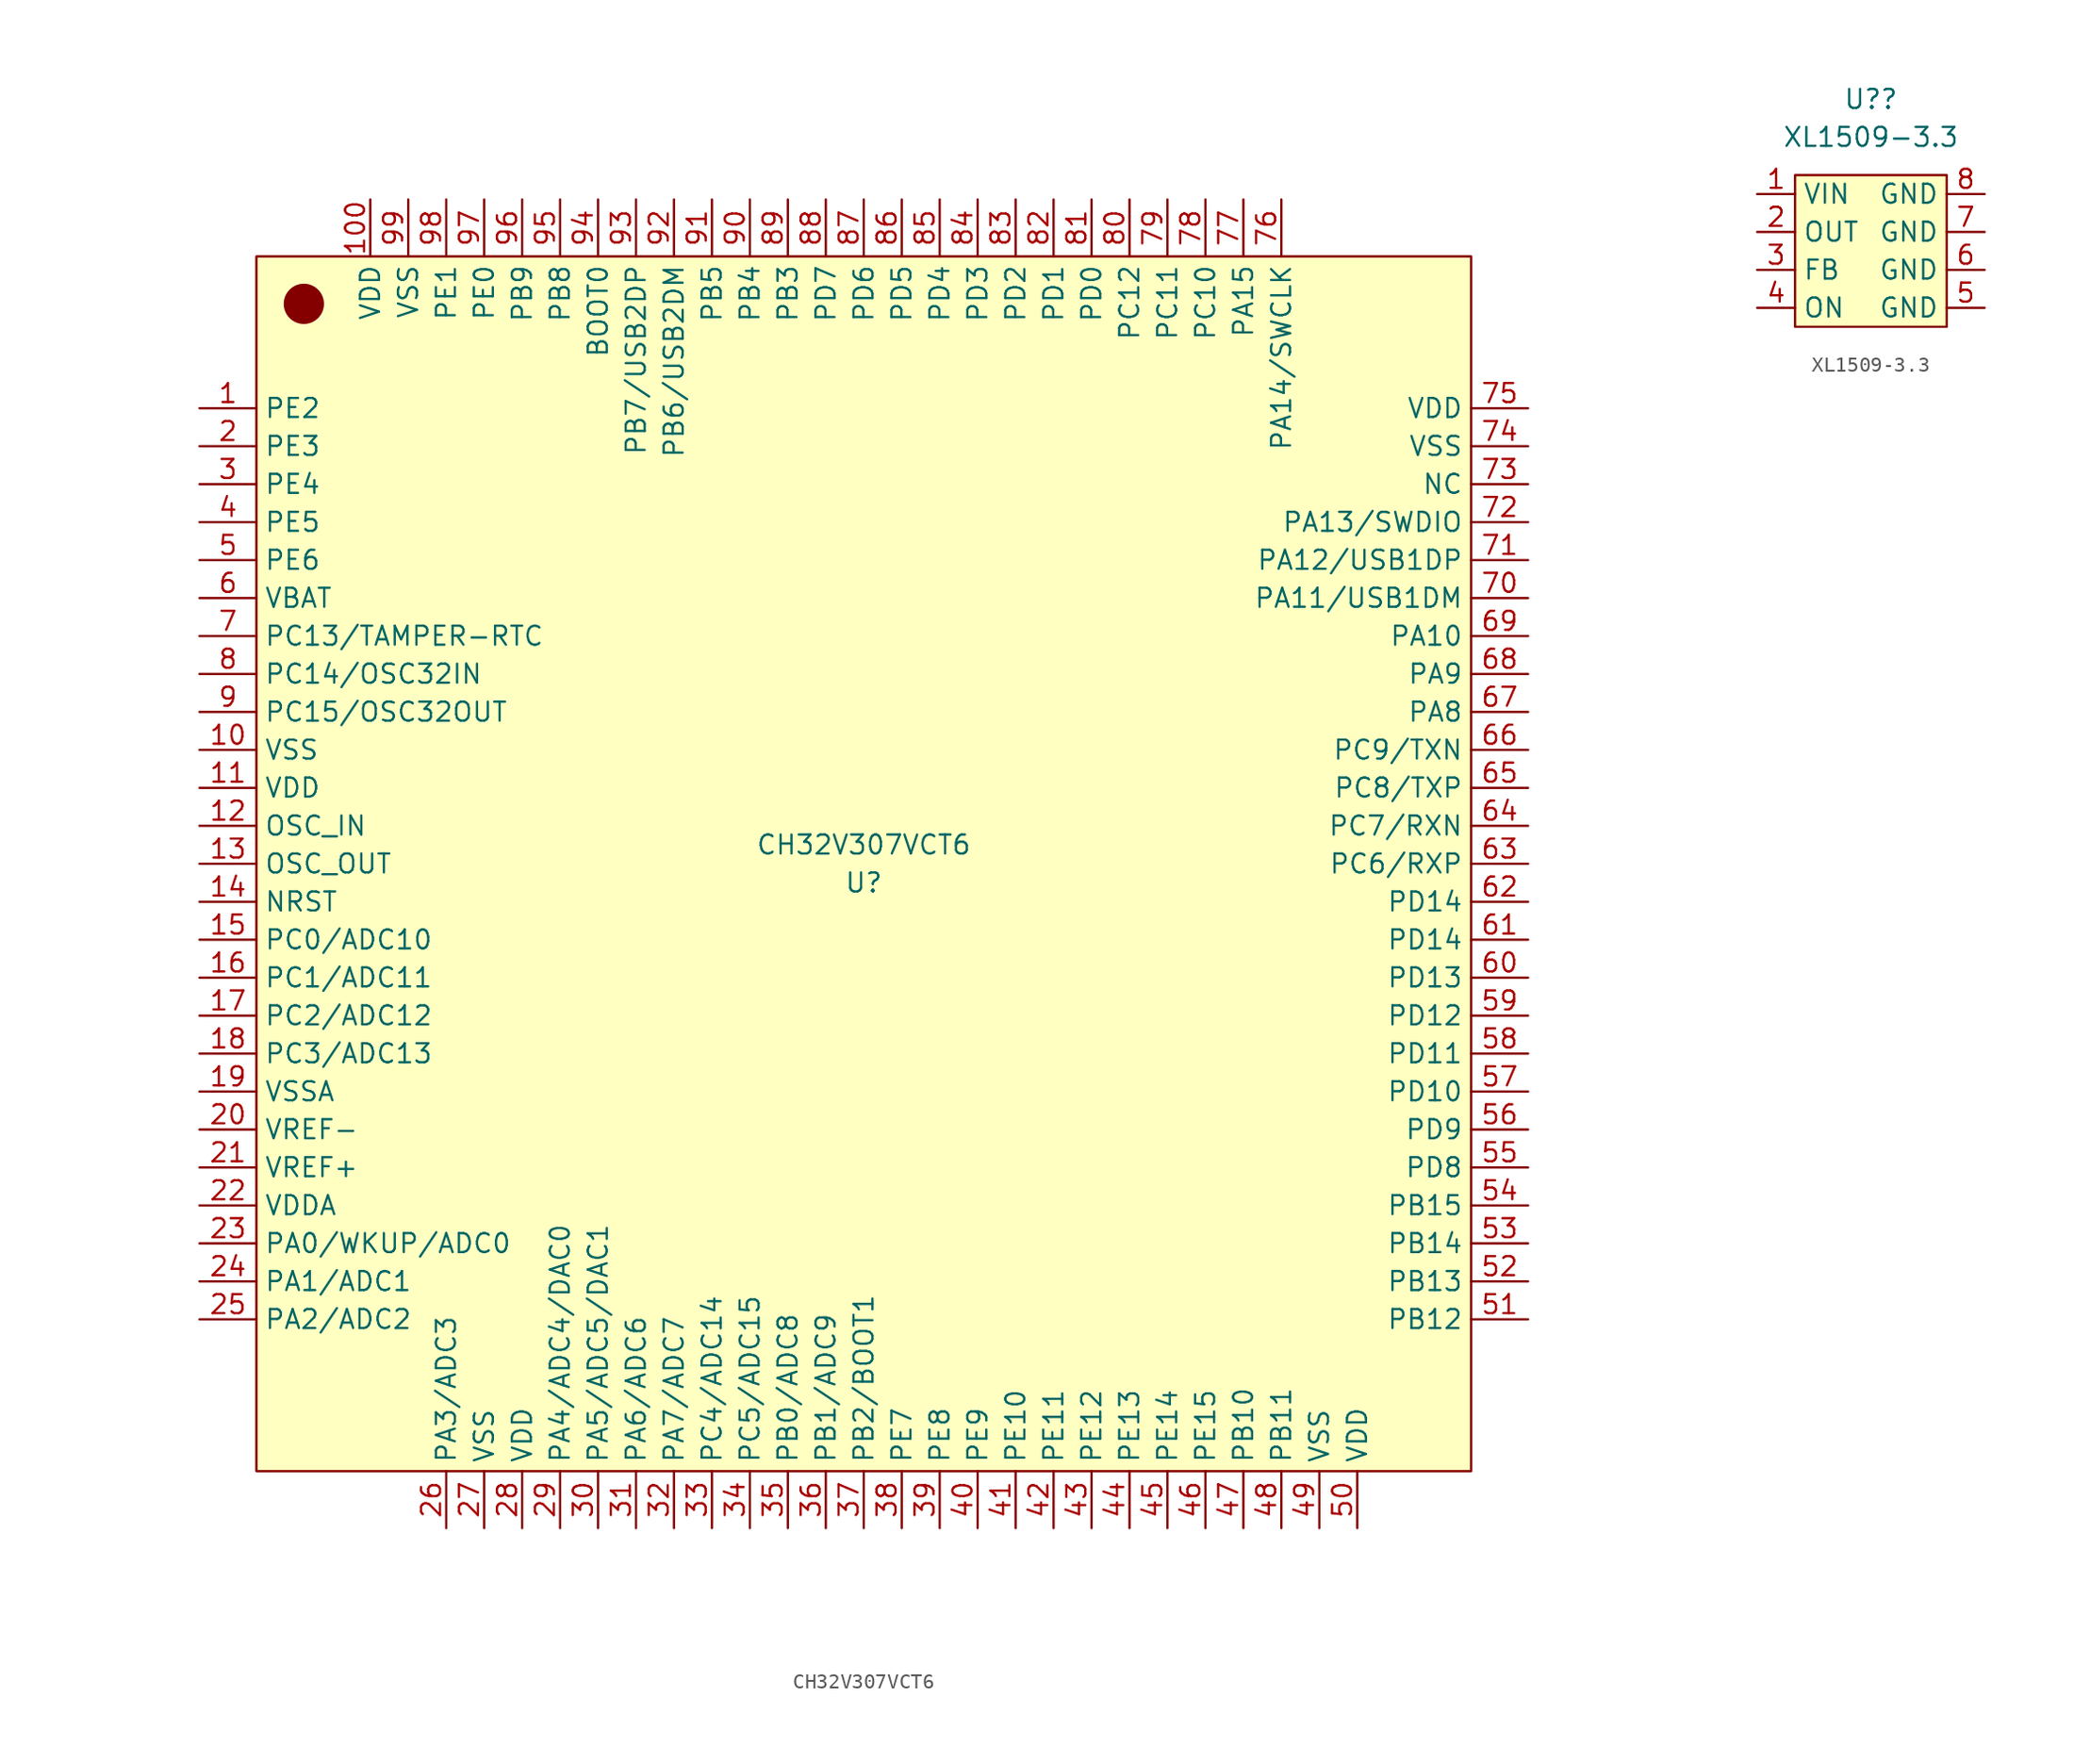
<source format=kicad_sym>
(kicad_symbol_lib
  (version 20211014)
  (generator kicad_symbol_editor)
  (symbol "CH32V307VCT6"
    (property "Reference" "U"
      (at 0 -1.27 0)
      (effects (font (size 1.27 1.27))))
    (property "Value" "CH32V307VCT6"
      (at 0 1.27 0)
      (effects (font (size 1.27 1.27))))
    (symbol "CH32V307VCT6_0_1"
      (rectangle (start -40.64 40.64) (end 40.64 -40.64) (stroke (width 0) (type default) (color 0 0 0 0)) (fill (type background)))
      (circle (center -37.465 37.465) (radius 1.27) (stroke (width 0) (type default) (color 0 0 0 0)) (fill (type outline))))
    (symbol "CH32V307VCT6_1_1"
      (pin bidirectional line (at -44.45 30.48 0) (length 3.81) (name "PE2" (effects (font (size 1.27 1.27)))) (number "1" (effects (font (size 1.27 1.27)))))
      (pin power_in line (at -44.45 7.62 0) (length 3.81) (name "VSS" (effects (font (size 1.27 1.27)))) (number "10" (effects (font (size 1.27 1.27)))))
      (pin power_in line (at -33.02 44.45 270) (length 3.81) (name "VDD" (effects (font (size 1.27 1.27)))) (number "100" (effects (font (size 1.27 1.27)))))
      (pin power_in line (at -44.45 5.08 0) (length 3.81) (name "VDD" (effects (font (size 1.27 1.27)))) (number "11" (effects (font (size 1.27 1.27)))))
      (pin bidirectional line (at -44.45 2.54 0) (length 3.81) (name "OSC_IN" (effects (font (size 1.27 1.27)))) (number "12" (effects (font (size 1.27 1.27)))))
      (pin bidirectional line (at -44.45 0 0) (length 3.81) (name "OSC_OUT" (effects (font (size 1.27 1.27)))) (number "13" (effects (font (size 1.27 1.27)))))
      (pin bidirectional line (at -44.45 -2.54 0) (length 3.81) (name "NRST" (effects (font (size 1.27 1.27)))) (number "14" (effects (font (size 1.27 1.27)))))
      (pin bidirectional line (at -44.45 -5.08 0) (length 3.81) (name "PC0/ADC10" (effects (font (size 1.27 1.27)))) (number "15" (effects (font (size 1.27 1.27)))))
      (pin bidirectional line (at -44.45 -7.62 0) (length 3.81) (name "PC1/ADC11" (effects (font (size 1.27 1.27)))) (number "16" (effects (font (size 1.27 1.27)))))
      (pin bidirectional line (at -44.45 -10.16 0) (length 3.81) (name "PC2/ADC12" (effects (font (size 1.27 1.27)))) (number "17" (effects (font (size 1.27 1.27)))))
      (pin bidirectional line (at -44.45 -12.7 0) (length 3.81) (name "PC3/ADC13" (effects (font (size 1.27 1.27)))) (number "18" (effects (font (size 1.27 1.27)))))
      (pin power_in line (at -44.45 -15.24 0) (length 3.81) (name "VSSA" (effects (font (size 1.27 1.27)))) (number "19" (effects (font (size 1.27 1.27)))))
      (pin bidirectional line (at -44.45 27.94 0) (length 3.81) (name "PE3" (effects (font (size 1.27 1.27)))) (number "2" (effects (font (size 1.27 1.27)))))
      (pin power_in line (at -44.45 -17.78 0) (length 3.81) (name "VREF-" (effects (font (size 1.27 1.27)))) (number "20" (effects (font (size 1.27 1.27)))))
      (pin power_in line (at -44.45 -20.32 0) (length 3.81) (name "VREF+" (effects (font (size 1.27 1.27)))) (number "21" (effects (font (size 1.27 1.27)))))
      (pin power_in line (at -44.45 -22.86 0) (length 3.81) (name "VDDA" (effects (font (size 1.27 1.27)))) (number "22" (effects (font (size 1.27 1.27)))))
      (pin bidirectional line (at -44.45 -25.4 0) (length 3.81) (name "PA0/WKUP/ADC0" (effects (font (size 1.27 1.27)))) (number "23" (effects (font (size 1.27 1.27)))))
      (pin bidirectional line (at -44.45 -27.94 0) (length 3.81) (name "PA1/ADC1" (effects (font (size 1.27 1.27)))) (number "24" (effects (font (size 1.27 1.27)))))
      (pin bidirectional line (at -44.45 -30.48 0) (length 3.81) (name "PA2/ADC2" (effects (font (size 1.27 1.27)))) (number "25" (effects (font (size 1.27 1.27)))))
      (pin bidirectional line (at -27.94 -44.45 90) (length 3.81) (name "PA3/ADC3" (effects (font (size 1.27 1.27)))) (number "26" (effects (font (size 1.27 1.27)))))
      (pin power_in line (at -25.4 -44.45 90) (length 3.81) (name "VSS" (effects (font (size 1.27 1.27)))) (number "27" (effects (font (size 1.27 1.27)))))
      (pin power_in line (at -22.86 -44.45 90) (length 3.81) (name "VDD" (effects (font (size 1.27 1.27)))) (number "28" (effects (font (size 1.27 1.27)))))
      (pin bidirectional line (at -20.32 -44.45 90) (length 3.81) (name "PA4/ADC4/DAC0" (effects (font (size 1.27 1.27)))) (number "29" (effects (font (size 1.27 1.27)))))
      (pin bidirectional line (at -44.45 25.4 0) (length 3.81) (name "PE4" (effects (font (size 1.27 1.27)))) (number "3" (effects (font (size 1.27 1.27)))))
      (pin bidirectional line (at -17.78 -44.45 90) (length 3.81) (name "PA5/ADC5/DAC1" (effects (font (size 1.27 1.27)))) (number "30" (effects (font (size 1.27 1.27)))))
      (pin bidirectional line (at -15.24 -44.45 90) (length 3.81) (name "PA6/ADC6" (effects (font (size 1.27 1.27)))) (number "31" (effects (font (size 1.27 1.27)))))
      (pin bidirectional line (at -12.7 -44.45 90) (length 3.81) (name "PA7/ADC7" (effects (font (size 1.27 1.27)))) (number "32" (effects (font (size 1.27 1.27)))))
      (pin bidirectional line (at -10.16 -44.45 90) (length 3.81) (name "PC4/ADC14" (effects (font (size 1.27 1.27)))) (number "33" (effects (font (size 1.27 1.27)))))
      (pin bidirectional line (at -7.62 -44.45 90) (length 3.81) (name "PC5/ADC15" (effects (font (size 1.27 1.27)))) (number "34" (effects (font (size 1.27 1.27)))))
      (pin bidirectional line (at -5.08 -44.45 90) (length 3.81) (name "PB0/ADC8" (effects (font (size 1.27 1.27)))) (number "35" (effects (font (size 1.27 1.27)))))
      (pin bidirectional line (at -2.54 -44.45 90) (length 3.81) (name "PB1/ADC9" (effects (font (size 1.27 1.27)))) (number "36" (effects (font (size 1.27 1.27)))))
      (pin bidirectional line (at 0 -44.45 90) (length 3.81) (name "PB2/BOOT1" (effects (font (size 1.27 1.27)))) (number "37" (effects (font (size 1.27 1.27)))))
      (pin bidirectional line (at 2.54 -44.45 90) (length 3.81) (name "PE7" (effects (font (size 1.27 1.27)))) (number "38" (effects (font (size 1.27 1.27)))))
      (pin bidirectional line (at 5.08 -44.45 90) (length 3.81) (name "PE8" (effects (font (size 1.27 1.27)))) (number "39" (effects (font (size 1.27 1.27)))))
      (pin bidirectional line (at -44.45 22.86 0) (length 3.81) (name "PE5" (effects (font (size 1.27 1.27)))) (number "4" (effects (font (size 1.27 1.27)))))
      (pin bidirectional line (at 7.62 -44.45 90) (length 3.81) (name "PE9" (effects (font (size 1.27 1.27)))) (number "40" (effects (font (size 1.27 1.27)))))
      (pin bidirectional line (at 10.16 -44.45 90) (length 3.81) (name "PE10" (effects (font (size 1.27 1.27)))) (number "41" (effects (font (size 1.27 1.27)))))
      (pin bidirectional line (at 12.7 -44.45 90) (length 3.81) (name "PE11" (effects (font (size 1.27 1.27)))) (number "42" (effects (font (size 1.27 1.27)))))
      (pin bidirectional line (at 15.24 -44.45 90) (length 3.81) (name "PE12" (effects (font (size 1.27 1.27)))) (number "43" (effects (font (size 1.27 1.27)))))
      (pin bidirectional line (at 17.78 -44.45 90) (length 3.81) (name "PE13" (effects (font (size 1.27 1.27)))) (number "44" (effects (font (size 1.27 1.27)))))
      (pin bidirectional line (at 20.32 -44.45 90) (length 3.81) (name "PE14" (effects (font (size 1.27 1.27)))) (number "45" (effects (font (size 1.27 1.27)))))
      (pin bidirectional line (at 22.86 -44.45 90) (length 3.81) (name "PE15" (effects (font (size 1.27 1.27)))) (number "46" (effects (font (size 1.27 1.27)))))
      (pin bidirectional line (at 25.4 -44.45 90) (length 3.81) (name "PB10" (effects (font (size 1.27 1.27)))) (number "47" (effects (font (size 1.27 1.27)))))
      (pin bidirectional line (at 27.94 -44.45 90) (length 3.81) (name "PB11" (effects (font (size 1.27 1.27)))) (number "48" (effects (font (size 1.27 1.27)))))
      (pin power_in line (at 30.48 -44.45 90) (length 3.81) (name "VSS" (effects (font (size 1.27 1.27)))) (number "49" (effects (font (size 1.27 1.27)))))
      (pin bidirectional line (at -44.45 20.32 0) (length 3.81) (name "PE6" (effects (font (size 1.27 1.27)))) (number "5" (effects (font (size 1.27 1.27)))))
      (pin power_in line (at 33.02 -44.45 90) (length 3.81) (name "VDD" (effects (font (size 1.27 1.27)))) (number "50" (effects (font (size 1.27 1.27)))))
      (pin bidirectional line (at 44.45 -30.48 180) (length 3.81) (name "PB12" (effects (font (size 1.27 1.27)))) (number "51" (effects (font (size 1.27 1.27)))))
      (pin bidirectional line (at 44.45 -27.94 180) (length 3.81) (name "PB13" (effects (font (size 1.27 1.27)))) (number "52" (effects (font (size 1.27 1.27)))))
      (pin bidirectional line (at 44.45 -25.4 180) (length 3.81) (name "PB14" (effects (font (size 1.27 1.27)))) (number "53" (effects (font (size 1.27 1.27)))))
      (pin bidirectional line (at 44.45 -22.86 180) (length 3.81) (name "PB15" (effects (font (size 1.27 1.27)))) (number "54" (effects (font (size 1.27 1.27)))))
      (pin bidirectional line (at 44.45 -20.32 180) (length 3.81) (name "PD8" (effects (font (size 1.27 1.27)))) (number "55" (effects (font (size 1.27 1.27)))))
      (pin bidirectional line (at 44.45 -17.78 180) (length 3.81) (name "PD9" (effects (font (size 1.27 1.27)))) (number "56" (effects (font (size 1.27 1.27)))))
      (pin bidirectional line (at 44.45 -15.24 180) (length 3.81) (name "PD10" (effects (font (size 1.27 1.27)))) (number "57" (effects (font (size 1.27 1.27)))))
      (pin bidirectional line (at 44.45 -12.7 180) (length 3.81) (name "PD11" (effects (font (size 1.27 1.27)))) (number "58" (effects (font (size 1.27 1.27)))))
      (pin bidirectional line (at 44.45 -10.16 180) (length 3.81) (name "PD12" (effects (font (size 1.27 1.27)))) (number "59" (effects (font (size 1.27 1.27)))))
      (pin power_in line (at -44.45 17.78 0) (length 3.81) (name "VBAT" (effects (font (size 1.27 1.27)))) (number "6" (effects (font (size 1.27 1.27)))))
      (pin bidirectional line (at 44.45 -7.62 180) (length 3.81) (name "PD13" (effects (font (size 1.27 1.27)))) (number "60" (effects (font (size 1.27 1.27)))))
      (pin bidirectional line (at 44.45 -5.08 180) (length 3.81) (name "PD14" (effects (font (size 1.27 1.27)))) (number "61" (effects (font (size 1.27 1.27)))))
      (pin bidirectional line (at 44.45 -2.54 180) (length 3.81) (name "PD14" (effects (font (size 1.27 1.27)))) (number "62" (effects (font (size 1.27 1.27)))))
      (pin bidirectional line (at 44.45 0 180) (length 3.81) (name "PC6/RXP" (effects (font (size 1.27 1.27)))) (number "63" (effects (font (size 1.27 1.27)))))
      (pin bidirectional line (at 44.45 2.54 180) (length 3.81) (name "PC7/RXN" (effects (font (size 1.27 1.27)))) (number "64" (effects (font (size 1.27 1.27)))))
      (pin bidirectional line (at 44.45 5.08 180) (length 3.81) (name "PC8/TXP" (effects (font (size 1.27 1.27)))) (number "65" (effects (font (size 1.27 1.27)))))
      (pin bidirectional line (at 44.45 7.62 180) (length 3.81) (name "PC9/TXN" (effects (font (size 1.27 1.27)))) (number "66" (effects (font (size 1.27 1.27)))))
      (pin bidirectional line (at 44.45 10.16 180) (length 3.81) (name "PA8" (effects (font (size 1.27 1.27)))) (number "67" (effects (font (size 1.27 1.27)))))
      (pin bidirectional line (at 44.45 12.7 180) (length 3.81) (name "PA9" (effects (font (size 1.27 1.27)))) (number "68" (effects (font (size 1.27 1.27)))))
      (pin bidirectional line (at 44.45 15.24 180) (length 3.81) (name "PA10" (effects (font (size 1.27 1.27)))) (number "69" (effects (font (size 1.27 1.27)))))
      (pin bidirectional line (at -44.45 15.24 0) (length 3.81) (name "PC13/TAMPER-RTC" (effects (font (size 1.27 1.27)))) (number "7" (effects (font (size 1.27 1.27)))))
      (pin bidirectional line (at 44.45 17.78 180) (length 3.81) (name "PA11/USB1DM" (effects (font (size 1.27 1.27)))) (number "70" (effects (font (size 1.27 1.27)))))
      (pin bidirectional line (at 44.45 20.32 180) (length 3.81) (name "PA12/USB1DP" (effects (font (size 1.27 1.27)))) (number "71" (effects (font (size 1.27 1.27)))))
      (pin bidirectional line (at 44.45 22.86 180) (length 3.81) (name "PA13/SWDIO" (effects (font (size 1.27 1.27)))) (number "72" (effects (font (size 1.27 1.27)))))
      (pin passive line (at 44.45 25.4 180) (length 3.81) (name "NC" (effects (font (size 1.27 1.27)))) (number "73" (effects (font (size 1.27 1.27)))))
      (pin power_in line (at 44.45 27.94 180) (length 3.81) (name "VSS" (effects (font (size 1.27 1.27)))) (number "74" (effects (font (size 1.27 1.27)))))
      (pin power_in line (at 44.45 30.48 180) (length 3.81) (name "VDD" (effects (font (size 1.27 1.27)))) (number "75" (effects (font (size 1.27 1.27)))))
      (pin bidirectional line (at 27.94 44.45 270) (length 3.81) (name "PA14/SWCLK" (effects (font (size 1.27 1.27)))) (number "76" (effects (font (size 1.27 1.27)))))
      (pin bidirectional line (at 25.4 44.45 270) (length 3.81) (name "PA15" (effects (font (size 1.27 1.27)))) (number "77" (effects (font (size 1.27 1.27)))))
      (pin bidirectional line (at 22.86 44.45 270) (length 3.81) (name "PC10" (effects (font (size 1.27 1.27)))) (number "78" (effects (font (size 1.27 1.27)))))
      (pin bidirectional line (at 20.32 44.45 270) (length 3.81) (name "PC11" (effects (font (size 1.27 1.27)))) (number "79" (effects (font (size 1.27 1.27)))))
      (pin bidirectional line (at -44.45 12.7 0) (length 3.81) (name "PC14/OSC32IN" (effects (font (size 1.27 1.27)))) (number "8" (effects (font (size 1.27 1.27)))))
      (pin bidirectional line (at 17.78 44.45 270) (length 3.81) (name "PC12" (effects (font (size 1.27 1.27)))) (number "80" (effects (font (size 1.27 1.27)))))
      (pin bidirectional line (at 15.24 44.45 270) (length 3.81) (name "PD0" (effects (font (size 1.27 1.27)))) (number "81" (effects (font (size 1.27 1.27)))))
      (pin bidirectional line (at 12.7 44.45 270) (length 3.81) (name "PD1" (effects (font (size 1.27 1.27)))) (number "82" (effects (font (size 1.27 1.27)))))
      (pin bidirectional line (at 10.16 44.45 270) (length 3.81) (name "PD2" (effects (font (size 1.27 1.27)))) (number "83" (effects (font (size 1.27 1.27)))))
      (pin bidirectional line (at 7.62 44.45 270) (length 3.81) (name "PD3" (effects (font (size 1.27 1.27)))) (number "84" (effects (font (size 1.27 1.27)))))
      (pin bidirectional line (at 5.08 44.45 270) (length 3.81) (name "PD4" (effects (font (size 1.27 1.27)))) (number "85" (effects (font (size 1.27 1.27)))))
      (pin bidirectional line (at 2.54 44.45 270) (length 3.81) (name "PD5" (effects (font (size 1.27 1.27)))) (number "86" (effects (font (size 1.27 1.27)))))
      (pin bidirectional line (at 0 44.45 270) (length 3.81) (name "PD6" (effects (font (size 1.27 1.27)))) (number "87" (effects (font (size 1.27 1.27)))))
      (pin bidirectional line (at -2.54 44.45 270) (length 3.81) (name "PD7" (effects (font (size 1.27 1.27)))) (number "88" (effects (font (size 1.27 1.27)))))
      (pin bidirectional line (at -5.08 44.45 270) (length 3.81) (name "PB3" (effects (font (size 1.27 1.27)))) (number "89" (effects (font (size 1.27 1.27)))))
      (pin bidirectional line (at -44.45 10.16 0) (length 3.81) (name "PC15/OSC32OUT" (effects (font (size 1.27 1.27)))) (number "9" (effects (font (size 1.27 1.27)))))
      (pin bidirectional line (at -7.62 44.45 270) (length 3.81) (name "PB4" (effects (font (size 1.27 1.27)))) (number "90" (effects (font (size 1.27 1.27)))))
      (pin bidirectional line (at -10.16 44.45 270) (length 3.81) (name "PB5" (effects (font (size 1.27 1.27)))) (number "91" (effects (font (size 1.27 1.27)))))
      (pin bidirectional line (at -12.7 44.45 270) (length 3.81) (name "PB6/USB2DM" (effects (font (size 1.27 1.27)))) (number "92" (effects (font (size 1.27 1.27)))))
      (pin bidirectional line (at -15.24 44.45 270) (length 3.81) (name "PB7/USB2DP" (effects (font (size 1.27 1.27)))) (number "93" (effects (font (size 1.27 1.27)))))
      (pin bidirectional line (at -17.78 44.45 270) (length 3.81) (name "BOOT0" (effects (font (size 1.27 1.27)))) (number "94" (effects (font (size 1.27 1.27)))))
      (pin bidirectional line (at -20.32 44.45 270) (length 3.81) (name "PB8" (effects (font (size 1.27 1.27)))) (number "95" (effects (font (size 1.27 1.27)))))
      (pin bidirectional line (at -22.86 44.45 270) (length 3.81) (name "PB9" (effects (font (size 1.27 1.27)))) (number "96" (effects (font (size 1.27 1.27)))))
      (pin bidirectional line (at -25.4 44.45 270) (length 3.81) (name "PE0" (effects (font (size 1.27 1.27)))) (number "97" (effects (font (size 1.27 1.27)))))
      (pin bidirectional line (at -27.94 44.45 270) (length 3.81) (name "PE1" (effects (font (size 1.27 1.27)))) (number "98" (effects (font (size 1.27 1.27)))))
      (pin power_in line (at -30.48 44.45 270) (length 3.81) (name "VSS" (effects (font (size 1.27 1.27)))) (number "99" (effects (font (size 1.27 1.27)))))))
  (symbol "XL1509-3.3"
    (property "Reference" "U?"
      (at 0 10.16 0)
      (effects (font (size 1.27 1.27))))
    (property "Value" "XL1509-3.3"
      (at 0 7.62 0)
      (effects (font (size 1.27 1.27))))
    (symbol "XL1509-3.3_0_1"
      (rectangle (start -5.08 5.08) (end 5.08 -5.08) (stroke (width 0) (type default) (color 0 0 0 0)) (fill (type background))))
    (symbol "XL1509-3.3_1_1"
      (pin power_in line (at -7.62 3.81 0) (length 2.54) (name "VIN" (effects (font (size 1.27 1.27)))) (number "1" (effects (font (size 1.27 1.27)))))
      (pin power_out line (at -7.62 1.27 0) (length 2.54) (name "OUT" (effects (font (size 1.27 1.27)))) (number "2" (effects (font (size 1.27 1.27)))))
      (pin input line (at -7.62 -1.27 0) (length 2.54) (name "FB" (effects (font (size 1.27 1.27)))) (number "3" (effects (font (size 1.27 1.27)))))
      (pin input line (at -7.62 -3.81 0) (length 2.54) (name "ON" (effects (font (size 1.27 1.27)))) (number "4" (effects (font (size 1.27 1.27)))))
      (pin power_in line (at 7.62 -3.81 180) (length 2.54) (name "GND" (effects (font (size 1.27 1.27)))) (number "5" (effects (font (size 1.27 1.27)))))
      (pin power_in line (at 7.62 -1.27 180) (length 2.54) (name "GND" (effects (font (size 1.27 1.27)))) (number "6" (effects (font (size 1.27 1.27)))))
      (pin power_in line (at 7.62 1.27 180) (length 2.54) (name "GND" (effects (font (size 1.27 1.27)))) (number "7" (effects (font (size 1.27 1.27)))))
      (pin power_in line (at 7.62 3.81 180) (length 2.54) (name "GND" (effects (font (size 1.27 1.27)))) (number "8" (effects (font (size 1.27 1.27))))))))
</source>
